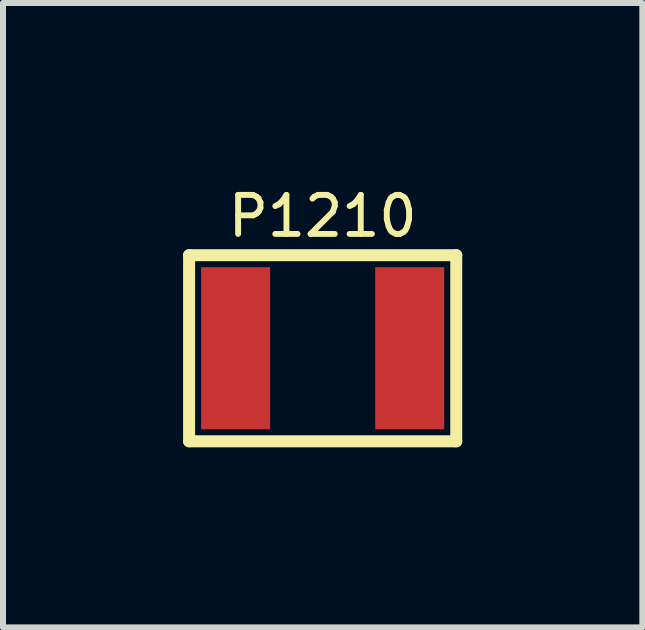
<source format=kicad_pcb>
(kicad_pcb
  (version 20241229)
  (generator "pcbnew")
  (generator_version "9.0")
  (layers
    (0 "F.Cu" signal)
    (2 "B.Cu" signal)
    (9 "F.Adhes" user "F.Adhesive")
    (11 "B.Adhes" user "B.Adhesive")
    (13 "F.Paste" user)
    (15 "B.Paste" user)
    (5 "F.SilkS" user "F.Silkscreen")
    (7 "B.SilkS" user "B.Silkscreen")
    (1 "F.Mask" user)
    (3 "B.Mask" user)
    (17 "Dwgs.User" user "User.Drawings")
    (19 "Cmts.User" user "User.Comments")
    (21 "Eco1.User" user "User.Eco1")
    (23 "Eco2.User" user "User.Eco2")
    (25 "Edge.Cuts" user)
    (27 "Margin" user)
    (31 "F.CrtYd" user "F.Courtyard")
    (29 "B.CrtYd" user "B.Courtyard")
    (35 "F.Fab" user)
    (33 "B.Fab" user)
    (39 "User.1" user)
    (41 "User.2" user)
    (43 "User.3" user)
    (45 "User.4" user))
  (footprint "P1210"
    (layer "F.Cu")
    (at 2.325 2.751)
    (property "Reference" "P1210" (at 0 -2.2 0) (layer "F.SilkS") (effects (font (size 0.65 0.65) (thickness 0.098))))
    (attr smd)
    (fp_line (start -2.225 -1.55) (end 2.225 -1.55) (stroke (width 0.2) (type solid)) (layer "F.SilkS"))
    (fp_line (start -2.225 1.55) (end -2.225 -1.55) (stroke (width 0.2) (type solid)) (layer "F.SilkS"))
    (fp_line (start 2.225 -1.55) (end 2.225 1.55) (stroke (width 0.2) (type solid)) (layer "F.SilkS"))
    (fp_line (start 2.225 1.55) (end -2.225 1.55) (stroke (width 0.2) (type solid)) (layer "F.SilkS"))
    (pad "1" smd rect (at -1.45 0) (size 1.15 2.7) (layers "F.Cu" "F.Mask" "F.Paste"))
    (pad "2" smd rect (at 1.45 0) (size 1.15 2.7) (layers "F.Cu" "F.Mask" "F.Paste")))
  (gr_rect
    (start -3 -3)
    (end 7.65 7.401)
    (stroke (width 0.1) (type default))
    (fill no)
    (layer "Edge.Cuts")))
</source>
